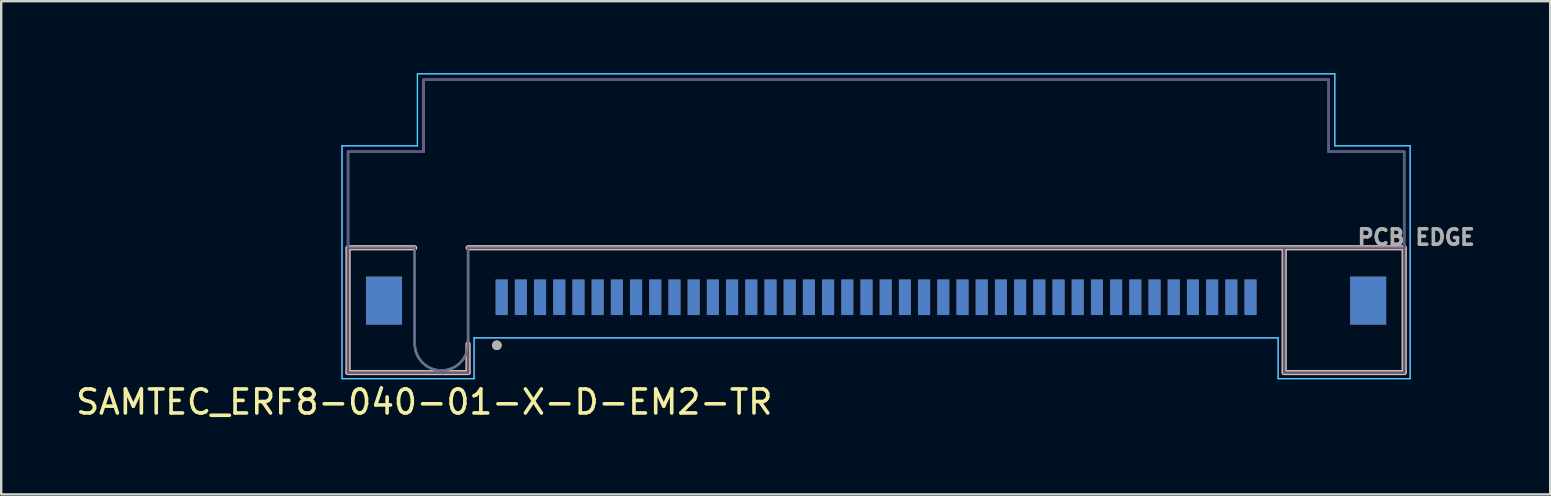
<source format=kicad_pcb>
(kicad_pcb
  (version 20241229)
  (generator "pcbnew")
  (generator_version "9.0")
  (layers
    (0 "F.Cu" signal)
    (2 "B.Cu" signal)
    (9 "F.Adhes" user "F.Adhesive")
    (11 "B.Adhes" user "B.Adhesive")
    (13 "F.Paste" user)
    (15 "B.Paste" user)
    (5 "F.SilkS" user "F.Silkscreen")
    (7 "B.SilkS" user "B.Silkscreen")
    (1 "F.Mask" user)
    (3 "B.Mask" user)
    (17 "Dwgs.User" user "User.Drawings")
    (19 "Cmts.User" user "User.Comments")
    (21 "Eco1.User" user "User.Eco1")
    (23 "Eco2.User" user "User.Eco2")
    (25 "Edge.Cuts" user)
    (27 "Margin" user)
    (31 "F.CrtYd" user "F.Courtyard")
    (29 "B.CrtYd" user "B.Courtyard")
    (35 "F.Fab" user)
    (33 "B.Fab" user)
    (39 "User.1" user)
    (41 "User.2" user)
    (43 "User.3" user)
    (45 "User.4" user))
  (footprint "SAMTEC_ERF8-040-01-X-D-EM2-TR"
    (layer "F.Cu")
    (at 33.45 9.335)
    (property "Reference" "SAMTEC_ERF8-040-01-X-D-EM2-TR" (at -18.825 4.365 0) (layer "F.SilkS") (effects (font (size 1 1) (thickness 0.15))))
    (attr smd)
    (fp_line (start -22 -2.06) (end -19.22 -2.06) (stroke (width 0.2) (type solid)) (layer "F.SilkS"))
    (fp_line (start -22 3.14) (end -22 -2.06) (stroke (width 0.2) (type solid)) (layer "F.SilkS"))
    (fp_line (start -17 -2.06) (end 17 -2.06) (stroke (width 0.2) (type solid)) (layer "F.SilkS"))
    (fp_line (start -17 3.14) (end -22 3.14) (stroke (width 0.2) (type solid)) (layer "F.SilkS"))
    (fp_line (start -17 3.14) (end -17 1.94) (stroke (width 0.2) (type solid)) (layer "F.SilkS"))
    (fp_line (start 17 -2.06) (end 22 -2.06) (stroke (width 0.2) (type solid)) (layer "F.SilkS"))
    (fp_line (start 17 3.14) (end 17 -2.06) (stroke (width 0.2) (type solid)) (layer "F.SilkS"))
    (fp_line (start 22 -2.06) (end 22 3.14) (stroke (width 0.2) (type solid)) (layer "F.SilkS"))
    (fp_line (start 22 3.14) (end 17 3.14) (stroke (width 0.2) (type solid)) (layer "F.SilkS"))
    (fp_circle (center -15.8 2) (end -15.7 2) (stroke (width 0.2) (type solid)) (fill no) (layer "F.SilkS"))
    (fp_line (start -22 -2.06) (end -19.22 -2.06) (stroke (width 0.2) (type solid)) (layer "B.SilkS"))
    (fp_line (start -22 3.14) (end -22 -2.06) (stroke (width 0.2) (type solid)) (layer "B.SilkS"))
    (fp_line (start -17 -2.06) (end 17 -2.06) (stroke (width 0.2) (type solid)) (layer "B.SilkS"))
    (fp_line (start -17 3.14) (end -22 3.14) (stroke (width 0.2) (type solid)) (layer "B.SilkS"))
    (fp_line (start -17 3.14) (end -17 1.94) (stroke (width 0.2) (type solid)) (layer "B.SilkS"))
    (fp_line (start 17 -2.06) (end 22 -2.06) (stroke (width 0.2) (type solid)) (layer "B.SilkS"))
    (fp_line (start 17 3.14) (end 17 -2.06) (stroke (width 0.2) (type solid)) (layer "B.SilkS"))
    (fp_line (start 22 -2.06) (end 22 3.14) (stroke (width 0.2) (type solid)) (layer "B.SilkS"))
    (fp_line (start 22 3.14) (end 17 3.14) (stroke (width 0.2) (type solid)) (layer "B.SilkS"))
    (fp_poly (pts (xy -15.78 1.44) (xy -15.42 1.44) (xy -15.42 0.17) (xy -15.6 -0.087) (xy -15.78 0.17)) (stroke (width 0.01) (type solid)) (fill yes) (layer "F.Paste"))
    (fp_poly (pts (xy -14.98 1.44) (xy -14.62 1.44) (xy -14.62 0.17) (xy -14.8 -0.087) (xy -14.98 0.17)) (stroke (width 0.01) (type solid)) (fill yes) (layer "F.Paste"))
    (fp_poly (pts (xy -14.18 1.44) (xy -13.82 1.44) (xy -13.82 0.17) (xy -14 -0.087) (xy -14.18 0.17)) (stroke (width 0.01) (type solid)) (fill yes) (layer "F.Paste"))
    (fp_poly (pts (xy -13.38 1.44) (xy -13.02 1.44) (xy -13.02 0.17) (xy -13.2 -0.087) (xy -13.38 0.17)) (stroke (width 0.01) (type solid)) (fill yes) (layer "F.Paste"))
    (fp_poly (pts (xy -12.58 1.44) (xy -12.22 1.44) (xy -12.22 0.17) (xy -12.4 -0.087) (xy -12.58 0.17)) (stroke (width 0.01) (type solid)) (fill yes) (layer "F.Paste"))
    (fp_poly (pts (xy -11.78 1.44) (xy -11.42 1.44) (xy -11.42 0.17) (xy -11.6 -0.087) (xy -11.78 0.17)) (stroke (width 0.01) (type solid)) (fill yes) (layer "F.Paste"))
    (fp_poly (pts (xy -10.98 1.44) (xy -10.62 1.44) (xy -10.62 0.17) (xy -10.8 -0.087) (xy -10.98 0.17)) (stroke (width 0.01) (type solid)) (fill yes) (layer "F.Paste"))
    (fp_poly (pts (xy -10.18 1.44) (xy -9.82 1.44) (xy -9.82 0.17) (xy -10 -0.087) (xy -10.18 0.17)) (stroke (width 0.01) (type solid)) (fill yes) (layer "F.Paste"))
    (fp_poly (pts (xy -9.38 1.44) (xy -9.02 1.44) (xy -9.02 0.17) (xy -9.2 -0.087) (xy -9.38 0.17)) (stroke (width 0.01) (type solid)) (fill yes) (layer "F.Paste"))
    (fp_poly (pts (xy -8.58 1.44) (xy -8.22 1.44) (xy -8.22 0.17) (xy -8.4 -0.087) (xy -8.58 0.17)) (stroke (width 0.01) (type solid)) (fill yes) (layer "F.Paste"))
    (fp_poly (pts (xy -7.78 1.44) (xy -7.42 1.44) (xy -7.42 0.17) (xy -7.6 -0.087) (xy -7.78 0.17)) (stroke (width 0.01) (type solid)) (fill yes) (layer "F.Paste"))
    (fp_poly (pts (xy -6.98 1.44) (xy -6.62 1.44) (xy -6.62 0.17) (xy -6.8 -0.087) (xy -6.98 0.17)) (stroke (width 0.01) (type solid)) (fill yes) (layer "F.Paste"))
    (fp_poly (pts (xy -6.18 1.44) (xy -5.82 1.44) (xy -5.82 0.17) (xy -6 -0.087) (xy -6.18 0.17)) (stroke (width 0.01) (type solid)) (fill yes) (layer "F.Paste"))
    (fp_poly (pts (xy -5.38 1.44) (xy -5.02 1.44) (xy -5.02 0.17) (xy -5.2 -0.087) (xy -5.38 0.17)) (stroke (width 0.01) (type solid)) (fill yes) (layer "F.Paste"))
    (fp_poly (pts (xy -4.58 1.44) (xy -4.22 1.44) (xy -4.22 0.17) (xy -4.4 -0.087) (xy -4.58 0.17)) (stroke (width 0.01) (type solid)) (fill yes) (layer "F.Paste"))
    (fp_poly (pts (xy -3.78 1.44) (xy -3.42 1.44) (xy -3.42 0.17) (xy -3.6 -0.087) (xy -3.78 0.17)) (stroke (width 0.01) (type solid)) (fill yes) (layer "F.Paste"))
    (fp_poly (pts (xy -2.98 1.44) (xy -2.62 1.44) (xy -2.62 0.17) (xy -2.8 -0.087) (xy -2.98 0.17)) (stroke (width 0.01) (type solid)) (fill yes) (layer "F.Paste"))
    (fp_poly (pts (xy -2.18 1.44) (xy -1.82 1.44) (xy -1.82 0.17) (xy -2 -0.087) (xy -2.18 0.17)) (stroke (width 0.01) (type solid)) (fill yes) (layer "F.Paste"))
    (fp_poly (pts (xy -1.38 1.44) (xy -1.02 1.44) (xy -1.02 0.17) (xy -1.2 -0.087) (xy -1.38 0.17)) (stroke (width 0.01) (type solid)) (fill yes) (layer "F.Paste"))
    (fp_poly (pts (xy -0.58 1.44) (xy -0.22 1.44) (xy -0.22 0.17) (xy -0.4 -0.087) (xy -0.58 0.17)) (stroke (width 0.01) (type solid)) (fill yes) (layer "F.Paste"))
    (fp_poly (pts (xy 0.22 1.44) (xy 0.58 1.44) (xy 0.58 0.17) (xy 0.4 -0.087) (xy 0.22 0.17)) (stroke (width 0.01) (type solid)) (fill yes) (layer "F.Paste"))
    (fp_poly (pts (xy 1.02 1.44) (xy 1.38 1.44) (xy 1.38 0.17) (xy 1.2 -0.087) (xy 1.02 0.17)) (stroke (width 0.01) (type solid)) (fill yes) (layer "F.Paste"))
    (fp_poly (pts (xy 1.82 1.44) (xy 2.18 1.44) (xy 2.18 0.17) (xy 2 -0.087) (xy 1.82 0.17)) (stroke (width 0.01) (type solid)) (fill yes) (layer "F.Paste"))
    (fp_poly (pts (xy 2.62 1.44) (xy 2.98 1.44) (xy 2.98 0.17) (xy 2.8 -0.087) (xy 2.62 0.17)) (stroke (width 0.01) (type solid)) (fill yes) (layer "F.Paste"))
    (fp_poly (pts (xy 3.42 1.44) (xy 3.78 1.44) (xy 3.78 0.17) (xy 3.6 -0.087) (xy 3.42 0.17)) (stroke (width 0.01) (type solid)) (fill yes) (layer "F.Paste"))
    (fp_poly (pts (xy 4.22 1.44) (xy 4.58 1.44) (xy 4.58 0.17) (xy 4.4 -0.087) (xy 4.22 0.17)) (stroke (width 0.01) (type solid)) (fill yes) (layer "F.Paste"))
    (fp_poly (pts (xy 5.02 1.44) (xy 5.38 1.44) (xy 5.38 0.17) (xy 5.2 -0.087) (xy 5.02 0.17)) (stroke (width 0.01) (type solid)) (fill yes) (layer "F.Paste"))
    (fp_poly (pts (xy 5.82 1.44) (xy 6.18 1.44) (xy 6.18 0.17) (xy 6 -0.087) (xy 5.82 0.17)) (stroke (width 0.01) (type solid)) (fill yes) (layer "F.Paste"))
    (fp_poly (pts (xy 6.62 1.44) (xy 6.98 1.44) (xy 6.98 0.17) (xy 6.8 -0.087) (xy 6.62 0.17)) (stroke (width 0.01) (type solid)) (fill yes) (layer "F.Paste"))
    (fp_poly (pts (xy 7.42 1.44) (xy 7.78 1.44) (xy 7.78 0.17) (xy 7.6 -0.087) (xy 7.42 0.17)) (stroke (width 0.01) (type solid)) (fill yes) (layer "F.Paste"))
    (fp_poly (pts (xy 8.22 1.44) (xy 8.58 1.44) (xy 8.58 0.17) (xy 8.4 -0.087) (xy 8.22 0.17)) (stroke (width 0.01) (type solid)) (fill yes) (layer "F.Paste"))
    (fp_poly (pts (xy 9.02 1.44) (xy 9.38 1.44) (xy 9.38 0.17) (xy 9.2 -0.087) (xy 9.02 0.17)) (stroke (width 0.01) (type solid)) (fill yes) (layer "F.Paste"))
    (fp_poly (pts (xy 9.82 1.44) (xy 10.18 1.44) (xy 10.18 0.17) (xy 10 -0.087) (xy 9.82 0.17)) (stroke (width 0.01) (type solid)) (fill yes) (layer "F.Paste"))
    (fp_poly (pts (xy 10.62 1.44) (xy 10.98 1.44) (xy 10.98 0.17) (xy 10.8 -0.087) (xy 10.62 0.17)) (stroke (width 0.01) (type solid)) (fill yes) (layer "F.Paste"))
    (fp_poly (pts (xy 11.42 1.44) (xy 11.78 1.44) (xy 11.78 0.17) (xy 11.6 -0.087) (xy 11.42 0.17)) (stroke (width 0.01) (type solid)) (fill yes) (layer "F.Paste"))
    (fp_poly (pts (xy 12.22 1.44) (xy 12.58 1.44) (xy 12.58 0.17) (xy 12.4 -0.087) (xy 12.22 0.17)) (stroke (width 0.01) (type solid)) (fill yes) (layer "F.Paste"))
    (fp_poly (pts (xy 13.02 1.44) (xy 13.38 1.44) (xy 13.38 0.17) (xy 13.2 -0.087) (xy 13.02 0.17)) (stroke (width 0.01) (type solid)) (fill yes) (layer "F.Paste"))
    (fp_poly (pts (xy 13.82 1.44) (xy 14.18 1.44) (xy 14.18 0.17) (xy 14 -0.087) (xy 13.82 0.17)) (stroke (width 0.01) (type solid)) (fill yes) (layer "F.Paste"))
    (fp_poly (pts (xy 14.62 1.44) (xy 14.98 1.44) (xy 14.98 0.17) (xy 14.8 -0.087) (xy 14.62 0.17)) (stroke (width 0.01) (type solid)) (fill yes) (layer "F.Paste"))
    (fp_poly (pts (xy 15.42 1.44) (xy 15.78 1.44) (xy 15.78 0.17) (xy 15.6 -0.087) (xy 15.42 0.17)) (stroke (width 0.01) (type solid)) (fill yes) (layer "F.Paste"))
    (fp_poly (pts (xy -15.78 1.44) (xy -15.42 1.44) (xy -15.42 0.17) (xy -15.6 -0.087) (xy -15.78 0.17)) (stroke (width 0.01) (type solid)) (fill yes) (layer "B.Paste"))
    (fp_poly (pts (xy -14.98 1.44) (xy -14.62 1.44) (xy -14.62 0.17) (xy -14.8 -0.087) (xy -14.98 0.17)) (stroke (width 0.01) (type solid)) (fill yes) (layer "B.Paste"))
    (fp_poly (pts (xy -14.18 1.44) (xy -13.82 1.44) (xy -13.82 0.17) (xy -14 -0.087) (xy -14.18 0.17)) (stroke (width 0.01) (type solid)) (fill yes) (layer "B.Paste"))
    (fp_poly (pts (xy -13.38 1.44) (xy -13.02 1.44) (xy -13.02 0.17) (xy -13.2 -0.087) (xy -13.38 0.17)) (stroke (width 0.01) (type solid)) (fill yes) (layer "B.Paste"))
    (fp_poly (pts (xy -12.58 1.44) (xy -12.22 1.44) (xy -12.22 0.17) (xy -12.4 -0.087) (xy -12.58 0.17)) (stroke (width 0.01) (type solid)) (fill yes) (layer "B.Paste"))
    (fp_poly (pts (xy -11.78 1.44) (xy -11.42 1.44) (xy -11.42 0.17) (xy -11.6 -0.087) (xy -11.78 0.17)) (stroke (width 0.01) (type solid)) (fill yes) (layer "B.Paste"))
    (fp_poly (pts (xy -10.98 1.44) (xy -10.62 1.44) (xy -10.62 0.17) (xy -10.8 -0.087) (xy -10.98 0.17)) (stroke (width 0.01) (type solid)) (fill yes) (layer "B.Paste"))
    (fp_poly (pts (xy -10.18 1.44) (xy -9.82 1.44) (xy -9.82 0.17) (xy -10 -0.087) (xy -10.18 0.17)) (stroke (width 0.01) (type solid)) (fill yes) (layer "B.Paste"))
    (fp_poly (pts (xy -9.38 1.44) (xy -9.02 1.44) (xy -9.02 0.17) (xy -9.2 -0.087) (xy -9.38 0.17)) (stroke (width 0.01) (type solid)) (fill yes) (layer "B.Paste"))
    (fp_poly (pts (xy -8.58 1.44) (xy -8.22 1.44) (xy -8.22 0.17) (xy -8.4 -0.087) (xy -8.58 0.17)) (stroke (width 0.01) (type solid)) (fill yes) (layer "B.Paste"))
    (fp_poly (pts (xy -7.78 1.44) (xy -7.42 1.44) (xy -7.42 0.17) (xy -7.6 -0.087) (xy -7.78 0.17)) (stroke (width 0.01) (type solid)) (fill yes) (layer "B.Paste"))
    (fp_poly (pts (xy -6.98 1.44) (xy -6.62 1.44) (xy -6.62 0.17) (xy -6.8 -0.087) (xy -6.98 0.17)) (stroke (width 0.01) (type solid)) (fill yes) (layer "B.Paste"))
    (fp_poly (pts (xy -6.18 1.44) (xy -5.82 1.44) (xy -5.82 0.17) (xy -6 -0.087) (xy -6.18 0.17)) (stroke (width 0.01) (type solid)) (fill yes) (layer "B.Paste"))
    (fp_poly (pts (xy -5.38 1.44) (xy -5.02 1.44) (xy -5.02 0.17) (xy -5.2 -0.087) (xy -5.38 0.17)) (stroke (width 0.01) (type solid)) (fill yes) (layer "B.Paste"))
    (fp_poly (pts (xy -4.58 1.44) (xy -4.22 1.44) (xy -4.22 0.17) (xy -4.4 -0.087) (xy -4.58 0.17)) (stroke (width 0.01) (type solid)) (fill yes) (layer "B.Paste"))
    (fp_poly (pts (xy -3.78 1.44) (xy -3.42 1.44) (xy -3.42 0.17) (xy -3.6 -0.087) (xy -3.78 0.17)) (stroke (width 0.01) (type solid)) (fill yes) (layer "B.Paste"))
    (fp_poly (pts (xy -2.98 1.44) (xy -2.62 1.44) (xy -2.62 0.17) (xy -2.8 -0.087) (xy -2.98 0.17)) (stroke (width 0.01) (type solid)) (fill yes) (layer "B.Paste"))
    (fp_poly (pts (xy -2.18 1.44) (xy -1.82 1.44) (xy -1.82 0.17) (xy -2 -0.087) (xy -2.18 0.17)) (stroke (width 0.01) (type solid)) (fill yes) (layer "B.Paste"))
    (fp_poly (pts (xy -1.38 1.44) (xy -1.02 1.44) (xy -1.02 0.17) (xy -1.2 -0.087) (xy -1.38 0.17)) (stroke (width 0.01) (type solid)) (fill yes) (layer "B.Paste"))
    (fp_poly (pts (xy -0.58 1.44) (xy -0.22 1.44) (xy -0.22 0.17) (xy -0.4 -0.087) (xy -0.58 0.17)) (stroke (width 0.01) (type solid)) (fill yes) (layer "B.Paste"))
    (fp_poly (pts (xy 0.22 1.44) (xy 0.58 1.44) (xy 0.58 0.17) (xy 0.4 -0.087) (xy 0.22 0.17)) (stroke (width 0.01) (type solid)) (fill yes) (layer "B.Paste"))
    (fp_poly (pts (xy 1.02 1.44) (xy 1.38 1.44) (xy 1.38 0.17) (xy 1.2 -0.087) (xy 1.02 0.17)) (stroke (width 0.01) (type solid)) (fill yes) (layer "B.Paste"))
    (fp_poly (pts (xy 1.82 1.44) (xy 2.18 1.44) (xy 2.18 0.17) (xy 2 -0.087) (xy 1.82 0.17)) (stroke (width 0.01) (type solid)) (fill yes) (layer "B.Paste"))
    (fp_poly (pts (xy 2.62 1.44) (xy 2.98 1.44) (xy 2.98 0.17) (xy 2.8 -0.087) (xy 2.62 0.17)) (stroke (width 0.01) (type solid)) (fill yes) (layer "B.Paste"))
    (fp_poly (pts (xy 3.42 1.44) (xy 3.78 1.44) (xy 3.78 0.17) (xy 3.6 -0.087) (xy 3.42 0.17)) (stroke (width 0.01) (type solid)) (fill yes) (layer "B.Paste"))
    (fp_poly (pts (xy 4.22 1.44) (xy 4.58 1.44) (xy 4.58 0.17) (xy 4.4 -0.087) (xy 4.22 0.17)) (stroke (width 0.01) (type solid)) (fill yes) (layer "B.Paste"))
    (fp_poly (pts (xy 5.02 1.44) (xy 5.38 1.44) (xy 5.38 0.17) (xy 5.2 -0.087) (xy 5.02 0.17)) (stroke (width 0.01) (type solid)) (fill yes) (layer "B.Paste"))
    (fp_poly (pts (xy 5.82 1.44) (xy 6.18 1.44) (xy 6.18 0.17) (xy 6 -0.087) (xy 5.82 0.17)) (stroke (width 0.01) (type solid)) (fill yes) (layer "B.Paste"))
    (fp_poly (pts (xy 6.62 1.44) (xy 6.98 1.44) (xy 6.98 0.17) (xy 6.8 -0.087) (xy 6.62 0.17)) (stroke (width 0.01) (type solid)) (fill yes) (layer "B.Paste"))
    (fp_poly (pts (xy 7.42 1.44) (xy 7.78 1.44) (xy 7.78 0.17) (xy 7.6 -0.087) (xy 7.42 0.17)) (stroke (width 0.01) (type solid)) (fill yes) (layer "B.Paste"))
    (fp_poly (pts (xy 8.22 1.44) (xy 8.58 1.44) (xy 8.58 0.17) (xy 8.4 -0.087) (xy 8.22 0.17)) (stroke (width 0.01) (type solid)) (fill yes) (layer "B.Paste"))
    (fp_poly (pts (xy 9.02 1.44) (xy 9.38 1.44) (xy 9.38 0.17) (xy 9.2 -0.087) (xy 9.02 0.17)) (stroke (width 0.01) (type solid)) (fill yes) (layer "B.Paste"))
    (fp_poly (pts (xy 9.82 1.44) (xy 10.18 1.44) (xy 10.18 0.17) (xy 10 -0.087) (xy 9.82 0.17)) (stroke (width 0.01) (type solid)) (fill yes) (layer "B.Paste"))
    (fp_poly (pts (xy 10.62 1.44) (xy 10.98 1.44) (xy 10.98 0.17) (xy 10.8 -0.087) (xy 10.62 0.17)) (stroke (width 0.01) (type solid)) (fill yes) (layer "B.Paste"))
    (fp_poly (pts (xy 11.42 1.44) (xy 11.78 1.44) (xy 11.78 0.17) (xy 11.6 -0.087) (xy 11.42 0.17)) (stroke (width 0.01) (type solid)) (fill yes) (layer "B.Paste"))
    (fp_poly (pts (xy 12.22 1.44) (xy 12.58 1.44) (xy 12.58 0.17) (xy 12.4 -0.087) (xy 12.22 0.17)) (stroke (width 0.01) (type solid)) (fill yes) (layer "B.Paste"))
    (fp_poly (pts (xy 13.02 1.44) (xy 13.38 1.44) (xy 13.38 0.17) (xy 13.2 -0.087) (xy 13.02 0.17)) (stroke (width 0.01) (type solid)) (fill yes) (layer "B.Paste"))
    (fp_poly (pts (xy 13.82 1.44) (xy 14.18 1.44) (xy 14.18 0.17) (xy 14 -0.087) (xy 13.82 0.17)) (stroke (width 0.01) (type solid)) (fill yes) (layer "B.Paste"))
    (fp_poly (pts (xy 14.62 1.44) (xy 14.98 1.44) (xy 14.98 0.17) (xy 14.8 -0.087) (xy 14.62 0.17)) (stroke (width 0.01) (type solid)) (fill yes) (layer "B.Paste"))
    (fp_poly (pts (xy 15.42 1.44) (xy 15.78 1.44) (xy 15.78 0.17) (xy 15.6 -0.087) (xy 15.42 0.17)) (stroke (width 0.01) (type solid)) (fill yes) (layer "B.Paste"))
    (fp_line (start -19.22 -2.06) (end -22 -2.06) (stroke (width 0.01) (type solid)) (layer "Edge.Cuts"))
    (fp_line (start -19.22 1.94) (end -19.22 -2.06) (stroke (width 0.01) (type solid)) (layer "Edge.Cuts"))
    (fp_line (start -17 -2.06) (end -17 1.94) (stroke (width 0.01) (type solid)) (layer "Edge.Cuts"))
    (fp_line (start 22 -2.06) (end -17 -2.06) (stroke (width 0.01) (type solid)) (layer "Edge.Cuts"))
    (fp_arc (start -18.11 3.05) (mid -18.894889 2.724889) (end -19.22 1.94) (stroke (width 0.01) (type solid)) (layer "Edge.Cuts"))
    (fp_arc (start -17 1.94) (mid -17.325111 2.724889) (end -18.11 3.05) (stroke (width 0.01) (type solid)) (layer "Edge.Cuts"))
    (fp_line (start -22.25 -6.31) (end -19.11 -6.31) (stroke (width 0.05) (type solid)) (layer "B.CrtYd"))
    (fp_line (start -22.25 3.39) (end -22.25 -6.31) (stroke (width 0.05) (type solid)) (layer "B.CrtYd"))
    (fp_line (start -19.11 -9.31) (end 19.11 -9.31) (stroke (width 0.05) (type solid)) (layer "B.CrtYd"))
    (fp_line (start -19.11 -6.31) (end -19.11 -9.31) (stroke (width 0.05) (type solid)) (layer "B.CrtYd"))
    (fp_line (start -16.75 1.69) (end 16.75 1.69) (stroke (width 0.05) (type solid)) (layer "B.CrtYd"))
    (fp_line (start -16.75 3.39) (end -22.25 3.39) (stroke (width 0.05) (type solid)) (layer "B.CrtYd"))
    (fp_line (start -16.75 3.39) (end -16.75 1.69) (stroke (width 0.05) (type solid)) (layer "B.CrtYd"))
    (fp_line (start 16.75 3.39) (end 16.75 1.69) (stroke (width 0.05) (type solid)) (layer "B.CrtYd"))
    (fp_line (start 19.11 -9.31) (end 19.11 -6.31) (stroke (width 0.05) (type solid)) (layer "B.CrtYd"))
    (fp_line (start 19.11 -6.31) (end 22.25 -6.31) (stroke (width 0.05) (type solid)) (layer "B.CrtYd"))
    (fp_line (start 22.25 -6.31) (end 22.25 3.39) (stroke (width 0.05) (type solid)) (layer "B.CrtYd"))
    (fp_line (start 22.25 3.39) (end 16.75 3.39) (stroke (width 0.05) (type solid)) (layer "B.CrtYd"))
    (fp_line (start -22.25 -6.31) (end -19.11 -6.31) (stroke (width 0.05) (type solid)) (layer "F.CrtYd"))
    (fp_line (start -22.25 3.39) (end -22.25 -6.31) (stroke (width 0.05) (type solid)) (layer "F.CrtYd"))
    (fp_line (start -19.11 -9.31) (end 19.11 -9.31) (stroke (width 0.05) (type solid)) (layer "F.CrtYd"))
    (fp_line (start -19.11 -6.31) (end -19.11 -9.31) (stroke (width 0.05) (type solid)) (layer "F.CrtYd"))
    (fp_line (start -16.75 1.69) (end 16.75 1.69) (stroke (width 0.05) (type solid)) (layer "F.CrtYd"))
    (fp_line (start -16.75 3.39) (end -22.25 3.39) (stroke (width 0.05) (type solid)) (layer "F.CrtYd"))
    (fp_line (start -16.75 3.39) (end -16.75 1.69) (stroke (width 0.05) (type solid)) (layer "F.CrtYd"))
    (fp_line (start 16.75 3.39) (end 16.75 1.69) (stroke (width 0.05) (type solid)) (layer "F.CrtYd"))
    (fp_line (start 19.11 -9.31) (end 19.11 -6.31) (stroke (width 0.05) (type solid)) (layer "F.CrtYd"))
    (fp_line (start 19.11 -6.31) (end 22.25 -6.31) (stroke (width 0.05) (type solid)) (layer "F.CrtYd"))
    (fp_line (start 22.25 -6.31) (end 22.25 3.39) (stroke (width 0.05) (type solid)) (layer "F.CrtYd"))
    (fp_line (start 22.25 3.39) (end 16.75 3.39) (stroke (width 0.05) (type solid)) (layer "F.CrtYd"))
    (fp_line (start -22 -6.06) (end -18.86 -6.06) (stroke (width 0.1) (type solid)) (layer "B.Fab"))
    (fp_line (start -22 -2.06) (end -22 -6.06) (stroke (width 0.1) (type solid)) (layer "B.Fab"))
    (fp_line (start -22 -2.06) (end -19.22 -2.06) (stroke (width 0.1) (type solid)) (layer "B.Fab"))
    (fp_line (start -22 3.14) (end -22 -2.06) (stroke (width 0.1) (type solid)) (layer "B.Fab"))
    (fp_line (start -19.22 -2.06) (end -19.22 1.94) (stroke (width 0.1) (type solid)) (layer "B.Fab"))
    (fp_line (start -18.86 -9.06) (end 18.86 -9.06) (stroke (width 0.1) (type solid)) (layer "B.Fab"))
    (fp_line (start -18.86 -6.06) (end -18.86 -9.06) (stroke (width 0.1) (type solid)) (layer "B.Fab"))
    (fp_line (start -17 -2.06) (end 17 -2.06) (stroke (width 0.1) (type solid)) (layer "B.Fab"))
    (fp_line (start -17 3.14) (end -22 3.14) (stroke (width 0.1) (type solid)) (layer "B.Fab"))
    (fp_line (start -17 3.14) (end -17 -2.06) (stroke (width 0.1) (type solid)) (layer "B.Fab"))
    (fp_line (start 17 -2.06) (end 22 -2.06) (stroke (width 0.1) (type solid)) (layer "B.Fab"))
    (fp_line (start 17 3.14) (end 17 -2.06) (stroke (width 0.1) (type solid)) (layer "B.Fab"))
    (fp_line (start 18.86 -9.06) (end 18.86 -6.06) (stroke (width 0.1) (type solid)) (layer "B.Fab"))
    (fp_line (start 18.86 -6.06) (end 22 -6.06) (stroke (width 0.1) (type solid)) (layer "B.Fab"))
    (fp_line (start 22 -6.06) (end 22 -2.06) (stroke (width 0.1) (type solid)) (layer "B.Fab"))
    (fp_line (start 22 -2.06) (end 22 3.14) (stroke (width 0.1) (type solid)) (layer "B.Fab"))
    (fp_line (start 22 3.14) (end 17 3.14) (stroke (width 0.1) (type solid)) (layer "B.Fab"))
    (fp_arc (start -18.11 3.05) (mid -18.894889 2.724889) (end -19.22 1.94) (stroke (width 0.1) (type solid)) (layer "B.Fab"))
    (fp_arc (start -17 1.94) (mid -17.325111 2.724889) (end -18.11 3.05) (stroke (width 0.1) (type solid)) (layer "B.Fab"))
    (fp_line (start -22 -6.06) (end -18.86 -6.06) (stroke (width 0.1) (type solid)) (layer "F.Fab"))
    (fp_line (start -22 -2.06) (end -22 -6.06) (stroke (width 0.1) (type solid)) (layer "F.Fab"))
    (fp_line (start -22 -2.06) (end -19.22 -2.06) (stroke (width 0.1) (type solid)) (layer "F.Fab"))
    (fp_line (start -22 3.14) (end -22 -2.06) (stroke (width 0.1) (type solid)) (layer "F.Fab"))
    (fp_line (start -19.22 -2.06) (end -19.22 1.94) (stroke (width 0.1) (type solid)) (layer "F.Fab"))
    (fp_line (start -18.86 -9.06) (end 18.86 -9.06) (stroke (width 0.1) (type solid)) (layer "F.Fab"))
    (fp_line (start -18.86 -6.06) (end -18.86 -9.06) (stroke (width 0.1) (type solid)) (layer "F.Fab"))
    (fp_line (start -17 -2.06) (end 17 -2.06) (stroke (width 0.1) (type solid)) (layer "F.Fab"))
    (fp_line (start -17 1.94) (end -17 -2.06) (stroke (width 0.1) (type solid)) (layer "F.Fab"))
    (fp_line (start -17 3.14) (end -22 3.14) (stroke (width 0.1) (type solid)) (layer "F.Fab"))
    (fp_line (start -17 3.14) (end -17 1.94) (stroke (width 0.1) (type solid)) (layer "F.Fab"))
    (fp_line (start 17 -2.06) (end 22 -2.06) (stroke (width 0.1) (type solid)) (layer "F.Fab"))
    (fp_line (start 17 3.14) (end 17 -2.06) (stroke (width 0.1) (type solid)) (layer "F.Fab"))
    (fp_line (start 18.86 -9.06) (end 18.86 -6.06) (stroke (width 0.1) (type solid)) (layer "F.Fab"))
    (fp_line (start 18.86 -6.06) (end 22 -6.06) (stroke (width 0.1) (type solid)) (layer "F.Fab"))
    (fp_line (start 22 -6.06) (end 22 -2.06) (stroke (width 0.1) (type solid)) (layer "F.Fab"))
    (fp_line (start 22 -2.06) (end 22 3.14) (stroke (width 0.1) (type solid)) (layer "F.Fab"))
    (fp_line (start 22 3.14) (end 17 3.14) (stroke (width 0.1) (type solid)) (layer "F.Fab"))
    (fp_arc (start -18.11 3.05) (mid -18.894889 2.724889) (end -19.22 1.94) (stroke (width 0.1) (type solid)) (layer "F.Fab"))
    (fp_arc (start -17 1.94) (mid -17.325111 2.724889) (end -18.11 3.05) (stroke (width 0.1) (type solid)) (layer "F.Fab"))
    (fp_circle (center -15.8 2) (end -15.7 2) (stroke (width 0.2) (type solid)) (fill no) (layer "F.Fab"))
    (fp_text user "PCB EDGE" (at 22.5 -2.5 0) (layer "F.Fab") (effects (font (size 0.64 0.64) (thickness 0.15))))
    (pad "01" smd rect (at -15.6 0) (size 0.5 1.48) (layers "F.Cu" "F.Mask"))
    (pad "02" smd rect (at -15.6 0) (size 0.5 1.48) (layers "B.Cu" "B.Mask"))
    (pad "03" smd rect (at -14.8 0) (size 0.5 1.48) (layers "F.Cu" "F.Mask"))
    (pad "04" smd rect (at -14.8 0) (size 0.5 1.48) (layers "B.Cu" "B.Mask"))
    (pad "05" smd rect (at -14 0) (size 0.5 1.48) (layers "F.Cu" "F.Mask"))
    (pad "06" smd rect (at -14 0) (size 0.5 1.48) (layers "B.Cu" "B.Mask"))
    (pad "07" smd rect (at -13.2 0) (size 0.5 1.48) (layers "F.Cu" "F.Mask"))
    (pad "08" smd rect (at -13.2 0) (size 0.5 1.48) (layers "B.Cu" "B.Mask"))
    (pad "09" smd rect (at -12.4 0) (size 0.5 1.48) (layers "F.Cu" "F.Mask"))
    (pad "10" smd rect (at -12.4 0) (size 0.5 1.48) (layers "B.Cu" "B.Mask"))
    (pad "11" smd rect (at -11.6 0) (size 0.5 1.48) (layers "F.Cu" "F.Mask"))
    (pad "12" smd rect (at -11.6 0) (size 0.5 1.48) (layers "B.Cu" "B.Mask"))
    (pad "13" smd rect (at -10.8 0) (size 0.5 1.48) (layers "F.Cu" "F.Mask"))
    (pad "14" smd rect (at -10.8 0) (size 0.5 1.48) (layers "B.Cu" "B.Mask"))
    (pad "15" smd rect (at -10 0) (size 0.5 1.48) (layers "F.Cu" "F.Mask"))
    (pad "16" smd rect (at -10 0) (size 0.5 1.48) (layers "B.Cu" "B.Mask"))
    (pad "17" smd rect (at -9.2 0) (size 0.5 1.48) (layers "F.Cu" "F.Mask"))
    (pad "18" smd rect (at -9.2 0) (size 0.5 1.48) (layers "B.Cu" "B.Mask"))
    (pad "19" smd rect (at -8.4 0) (size 0.5 1.48) (layers "F.Cu" "F.Mask"))
    (pad "20" smd rect (at -8.4 0) (size 0.5 1.48) (layers "B.Cu" "B.Mask"))
    (pad "21" smd rect (at -7.6 0) (size 0.5 1.48) (layers "F.Cu" "F.Mask"))
    (pad "22" smd rect (at -7.6 0) (size 0.5 1.48) (layers "B.Cu" "B.Mask"))
    (pad "23" smd rect (at -6.8 0) (size 0.5 1.48) (layers "F.Cu" "F.Mask"))
    (pad "24" smd rect (at -6.8 0) (size 0.5 1.48) (layers "B.Cu" "B.Mask"))
    (pad "25" smd rect (at -6 0) (size 0.5 1.48) (layers "F.Cu" "F.Mask"))
    (pad "26" smd rect (at -6 0) (size 0.5 1.48) (layers "B.Cu" "B.Mask"))
    (pad "27" smd rect (at -5.2 0) (size 0.5 1.48) (layers "F.Cu" "F.Mask"))
    (pad "28" smd rect (at -5.2 0) (size 0.5 1.48) (layers "B.Cu" "B.Mask"))
    (pad "29" smd rect (at -4.4 0) (size 0.5 1.48) (layers "F.Cu" "F.Mask"))
    (pad "30" smd rect (at -4.4 0) (size 0.5 1.48) (layers "B.Cu" "B.Mask"))
    (pad "31" smd rect (at -3.6 0) (size 0.5 1.48) (layers "F.Cu" "F.Mask"))
    (pad "32" smd rect (at -3.6 0) (size 0.5 1.48) (layers "B.Cu" "B.Mask"))
    (pad "33" smd rect (at -2.8 0) (size 0.5 1.48) (layers "F.Cu" "F.Mask"))
    (pad "34" smd rect (at -2.8 0) (size 0.5 1.48) (layers "B.Cu" "B.Mask"))
    (pad "35" smd rect (at -2 0) (size 0.5 1.48) (layers "F.Cu" "F.Mask"))
    (pad "36" smd rect (at -2 0) (size 0.5 1.48) (layers "B.Cu" "B.Mask"))
    (pad "37" smd rect (at -1.2 0) (size 0.5 1.48) (layers "F.Cu" "F.Mask"))
    (pad "38" smd rect (at -1.2 0) (size 0.5 1.48) (layers "B.Cu" "B.Mask"))
    (pad "39" smd rect (at -0.4 0) (size 0.5 1.48) (layers "F.Cu" "F.Mask"))
    (pad "40" smd rect (at -0.4 0) (size 0.5 1.48) (layers "B.Cu" "B.Mask"))
    (pad "41" smd rect (at 0.4 0) (size 0.5 1.48) (layers "F.Cu" "F.Mask"))
    (pad "42" smd rect (at 0.4 0) (size 0.5 1.48) (layers "B.Cu" "B.Mask"))
    (pad "43" smd rect (at 1.2 0) (size 0.5 1.48) (layers "F.Cu" "F.Mask"))
    (pad "44" smd rect (at 1.2 0) (size 0.5 1.48) (layers "B.Cu" "B.Mask"))
    (pad "45" smd rect (at 2 0) (size 0.5 1.48) (layers "F.Cu" "F.Mask"))
    (pad "46" smd rect (at 2 0) (size 0.5 1.48) (layers "B.Cu" "B.Mask"))
    (pad "47" smd rect (at 2.8 0) (size 0.5 1.48) (layers "F.Cu" "F.Mask"))
    (pad "48" smd rect (at 2.8 0) (size 0.5 1.48) (layers "B.Cu" "B.Mask"))
    (pad "49" smd rect (at 3.6 0) (size 0.5 1.48) (layers "F.Cu" "F.Mask"))
    (pad "50" smd rect (at 3.6 0) (size 0.5 1.48) (layers "B.Cu" "B.Mask"))
    (pad "51" smd rect (at 4.4 0) (size 0.5 1.48) (layers "F.Cu" "F.Mask"))
    (pad "52" smd rect (at 4.4 0) (size 0.5 1.48) (layers "B.Cu" "B.Mask"))
    (pad "53" smd rect (at 5.2 0) (size 0.5 1.48) (layers "F.Cu" "F.Mask"))
    (pad "54" smd rect (at 5.2 0) (size 0.5 1.48) (layers "B.Cu" "B.Mask"))
    (pad "55" smd rect (at 6 0) (size 0.5 1.48) (layers "F.Cu" "F.Mask"))
    (pad "56" smd rect (at 6 0) (size 0.5 1.48) (layers "B.Cu" "B.Mask"))
    (pad "57" smd rect (at 6.8 0) (size 0.5 1.48) (layers "F.Cu" "F.Mask"))
    (pad "58" smd rect (at 6.8 0) (size 0.5 1.48) (layers "B.Cu" "B.Mask"))
    (pad "59" smd rect (at 7.6 0) (size 0.5 1.48) (layers "F.Cu" "F.Mask"))
    (pad "60" smd rect (at 7.6 0) (size 0.5 1.48) (layers "B.Cu" "B.Mask"))
    (pad "61" smd rect (at 8.4 0) (size 0.5 1.48) (layers "F.Cu" "F.Mask"))
    (pad "62" smd rect (at 8.4 0) (size 0.5 1.48) (layers "B.Cu" "B.Mask"))
    (pad "63" smd rect (at 9.2 0) (size 0.5 1.48) (layers "F.Cu" "F.Mask"))
    (pad "64" smd rect (at 9.2 0) (size 0.5 1.48) (layers "B.Cu" "B.Mask"))
    (pad "65" smd rect (at 10 0) (size 0.5 1.48) (layers "F.Cu" "F.Mask"))
    (pad "66" smd rect (at 10 0) (size 0.5 1.48) (layers "B.Cu" "B.Mask"))
    (pad "67" smd rect (at 10.8 0) (size 0.5 1.48) (layers "F.Cu" "F.Mask"))
    (pad "68" smd rect (at 10.8 0) (size 0.5 1.48) (layers "B.Cu" "B.Mask"))
    (pad "69" smd rect (at 11.6 0) (size 0.5 1.48) (layers "F.Cu" "F.Mask"))
    (pad "70" smd rect (at 11.6 0) (size 0.5 1.48) (layers "B.Cu" "B.Mask"))
    (pad "71" smd rect (at 12.4 0) (size 0.5 1.48) (layers "F.Cu" "F.Mask"))
    (pad "72" smd rect (at 12.4 0) (size 0.5 1.48) (layers "B.Cu" "B.Mask"))
    (pad "73" smd rect (at 13.2 0) (size 0.5 1.48) (layers "F.Cu" "F.Mask"))
    (pad "74" smd rect (at 13.2 0) (size 0.5 1.48) (layers "B.Cu" "B.Mask"))
    (pad "75" smd rect (at 14 0) (size 0.5 1.48) (layers "F.Cu" "F.Mask"))
    (pad "76" smd rect (at 14 0) (size 0.5 1.48) (layers "B.Cu" "B.Mask"))
    (pad "77" smd rect (at 14.8 0) (size 0.5 1.48) (layers "F.Cu" "F.Mask"))
    (pad "78" smd rect (at 14.8 0) (size 0.5 1.48) (layers "B.Cu" "B.Mask"))
    (pad "79" smd rect (at 15.6 0) (size 0.5 1.48) (layers "F.Cu" "F.Mask"))
    (pad "80" smd rect (at 15.6 0) (size 0.5 1.48) (layers "B.Cu" "B.Mask"))
    (pad "S1" smd rect (at -20.5 0.14) (size 1.5 2) (layers "F.Cu" "F.Mask" "F.Paste"))
    (pad "S2" smd rect (at -20.5 0.14) (size 1.5 2) (layers "B.Cu" "B.Mask" "B.Paste"))
    (pad "S3" smd rect (at 20.5 0.14) (size 1.5 2) (layers "F.Cu" "F.Mask" "F.Paste"))
    (pad "S4" smd rect (at 20.5 0.14) (size 1.5 2) (layers "B.Cu" "B.Mask" "B.Paste")))
  (gr_rect
    (start -3 -3)
    (end 61.534 17.548)
    (stroke (width 0.1) (type default))
    (fill no)
    (layer "Edge.Cuts")))
</source>
